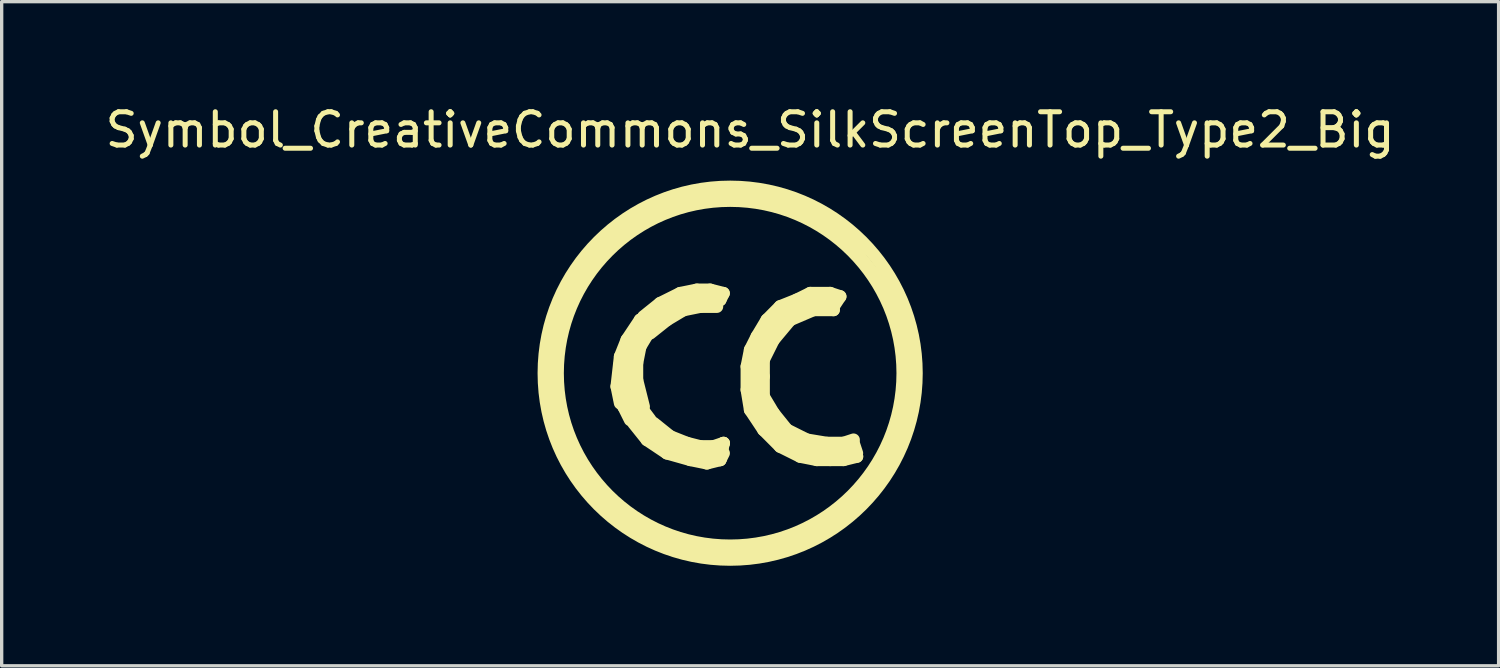
<source format=kicad_pcb>
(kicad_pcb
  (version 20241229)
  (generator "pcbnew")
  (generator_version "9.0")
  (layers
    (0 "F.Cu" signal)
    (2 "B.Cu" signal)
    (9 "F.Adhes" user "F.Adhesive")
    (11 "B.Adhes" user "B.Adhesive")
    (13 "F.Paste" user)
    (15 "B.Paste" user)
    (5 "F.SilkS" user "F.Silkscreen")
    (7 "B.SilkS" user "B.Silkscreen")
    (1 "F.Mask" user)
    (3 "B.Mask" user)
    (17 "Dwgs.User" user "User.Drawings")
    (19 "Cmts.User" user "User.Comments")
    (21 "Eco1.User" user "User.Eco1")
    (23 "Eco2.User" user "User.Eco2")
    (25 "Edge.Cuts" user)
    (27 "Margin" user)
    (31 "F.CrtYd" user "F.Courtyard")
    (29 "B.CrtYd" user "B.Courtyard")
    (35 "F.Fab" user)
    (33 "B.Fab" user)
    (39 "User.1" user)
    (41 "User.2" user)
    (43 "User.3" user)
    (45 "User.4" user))
  (footprint "Symbol_CreativeCommons_SilkScreenTop_Type2_Big"
    (layer "F.Cu")
    (at 18.859 8.148)
    (property "Reference" "Symbol_CreativeCommons_SilkScreenTop_Type2_Big" (at 0.599 -7.3 0) (layer "F.SilkS") (effects (font (size 1 1) (thickness 0.15))))
    (attr exclude_from_pos_files exclude_from_bom)
    (fp_line (start -5.4 0.099) (end -5.199 1.3) (stroke (width 0.381) (type solid)) (layer "F.SilkS"))
    (fp_line (start -5.301 -1.1) (end -5.4 0.099) (stroke (width 0.381) (type solid)) (layer "F.SilkS"))
    (fp_line (start -5.199 1.3) (end -4.801 2.4) (stroke (width 0.381) (type solid)) (layer "F.SilkS"))
    (fp_line (start -5.001 -2.101) (end -5.301 -1.1) (stroke (width 0.381) (type solid)) (layer "F.SilkS"))
    (fp_line (start -4.801 2.4) (end -3.8 3.899) (stroke (width 0.381) (type solid)) (layer "F.SilkS"))
    (fp_line (start -4.501 -3) (end -5.001 -2.101) (stroke (width 0.381) (type solid)) (layer "F.SilkS"))
    (fp_line (start -4 -3.599) (end -4.501 -3) (stroke (width 0.381) (type solid)) (layer "F.SilkS"))
    (fp_line (start -3.8 3.899) (end -2.601 4.801) (stroke (width 0.381) (type solid)) (layer "F.SilkS"))
    (fp_line (start -3.401 0.399) (end -3.299 0.899) (stroke (width 0.381) (type solid)) (layer "F.SilkS"))
    (fp_line (start -3.299 -4.201) (end -4 -3.599) (stroke (width 0.381) (type solid)) (layer "F.SilkS"))
    (fp_line (start -3.299 -0.5) (end -3.401 0.399) (stroke (width 0.381) (type solid)) (layer "F.SilkS"))
    (fp_line (start -3.299 -0.3) (end -3.299 0.401) (stroke (width 0.381) (type solid)) (layer "F.SilkS"))
    (fp_line (start -3.299 0.401) (end -3.2 1.001) (stroke (width 0.381) (type solid)) (layer "F.SilkS"))
    (fp_line (start -3.299 0.8) (end -3 1.4) (stroke (width 0.381) (type solid)) (layer "F.SilkS"))
    (fp_line (start -3.099 -1.001) (end -3.299 -0.5) (stroke (width 0.381) (type solid)) (layer "F.SilkS"))
    (fp_line (start -3.099 -0.899) (end -3.299 -0.3) (stroke (width 0.381) (type solid)) (layer "F.SilkS"))
    (fp_line (start -3.099 0) (end -3 -0.599) (stroke (width 0.381) (type solid)) (layer "F.SilkS"))
    (fp_line (start -3 -0.8) (end -2.7 -1.3) (stroke (width 0.381) (type solid)) (layer "F.SilkS"))
    (fp_line (start -3 0.701) (end -3.099 0) (stroke (width 0.381) (type solid)) (layer "F.SilkS"))
    (fp_line (start -2.997 1.199) (end -2.598 1.199) (stroke (width 0.381) (type solid)) (layer "F.SilkS"))
    (fp_line (start -2.898 1.499) (end -2.497 1.999) (stroke (width 0.381) (type solid)) (layer "F.SilkS"))
    (fp_line (start -2.799 -0.3) (end -2.799 0.201) (stroke (width 0.381) (type solid)) (layer "F.SilkS"))
    (fp_line (start -2.799 0.201) (end -2.598 1.001) (stroke (width 0.381) (type solid)) (layer "F.SilkS"))
    (fp_line (start -2.799 1.4) (end -3 0.701) (stroke (width 0.381) (type solid)) (layer "F.SilkS"))
    (fp_line (start -2.7 -4.699) (end -3.299 -4.201) (stroke (width 0.381) (type solid)) (layer "F.SilkS"))
    (fp_line (start -2.7 -1.6) (end -3.099 -1.001) (stroke (width 0.381) (type solid)) (layer "F.SilkS"))
    (fp_line (start -2.7 -1.1) (end -2.2 -1.6) (stroke (width 0.381) (type solid)) (layer "F.SilkS"))
    (fp_line (start -2.7 -0.8) (end -2.799 -0.3) (stroke (width 0.381) (type solid)) (layer "F.SilkS"))
    (fp_line (start -2.697 1.001) (end -2.398 1.4) (stroke (width 0.381) (type solid)) (layer "F.SilkS"))
    (fp_line (start -2.601 4.801) (end -1.3 5.301) (stroke (width 0.381) (type solid)) (layer "F.SilkS"))
    (fp_line (start -2.598 -1.6) (end -3.099 -0.899) (stroke (width 0.381) (type solid)) (layer "F.SilkS"))
    (fp_line (start -2.499 -1.699) (end -2.7 -1.6) (stroke (width 0.381) (type solid)) (layer "F.SilkS"))
    (fp_line (start -2.497 1.999) (end -1.897 2.4) (stroke (width 0.381) (type solid)) (layer "F.SilkS"))
    (fp_line (start -2.4 -1.3) (end -2.7 -0.8) (stroke (width 0.381) (type solid)) (layer "F.SilkS"))
    (fp_line (start -2.296 1.499) (end -1.796 1.9) (stroke (width 0.381) (type solid)) (layer "F.SilkS"))
    (fp_line (start -2.296 1.798) (end -2.797 1.298) (stroke (width 0.381) (type solid)) (layer "F.SilkS"))
    (fp_line (start -2.2 -1.699) (end -1.699 -1.999) (stroke (width 0.381) (type solid)) (layer "F.SilkS"))
    (fp_line (start -2.101 -2.098) (end -2.598 -1.699) (stroke (width 0.381) (type solid)) (layer "F.SilkS"))
    (fp_line (start -1.999 -4.9) (end -2.7 -4.699) (stroke (width 0.381) (type solid)) (layer "F.SilkS"))
    (fp_line (start -1.9 -1.598) (end -2.4 -1.199) (stroke (width 0.381) (type solid)) (layer "F.SilkS"))
    (fp_line (start -1.897 2.4) (end -1.196 2.598) (stroke (width 0.381) (type solid)) (layer "F.SilkS"))
    (fp_line (start -1.796 1.9) (end -1.298 2.098) (stroke (width 0.381) (type solid)) (layer "F.SilkS"))
    (fp_line (start -1.699 -1.999) (end -1.199 -2.2) (stroke (width 0.381) (type solid)) (layer "F.SilkS"))
    (fp_line (start -1.598 2.299) (end -2.296 1.798) (stroke (width 0.381) (type solid)) (layer "F.SilkS"))
    (fp_line (start -1.499 -2.398) (end -2.101 -2.098) (stroke (width 0.381) (type solid)) (layer "F.SilkS"))
    (fp_line (start -1.4 -1.897) (end -1.9 -1.598) (stroke (width 0.381) (type solid)) (layer "F.SilkS"))
    (fp_line (start -1.3 -5.1) (end -1.999 -4.9) (stroke (width 0.381) (type solid)) (layer "F.SilkS"))
    (fp_line (start -1.3 5.301) (end 0.099 5.301) (stroke (width 0.381) (type solid)) (layer "F.SilkS"))
    (fp_line (start -1.298 2.098) (end -0.897 2.2) (stroke (width 0.381) (type solid)) (layer "F.SilkS"))
    (fp_line (start -1.199 -2.2) (end -0.699 -2.2) (stroke (width 0.381) (type solid)) (layer "F.SilkS"))
    (fp_line (start -1.196 2.598) (end -0.696 2.7) (stroke (width 0.381) (type solid)) (layer "F.SilkS"))
    (fp_line (start -1.001 -2.499) (end -1.499 -2.398) (stroke (width 0.381) (type solid)) (layer "F.SilkS"))
    (fp_line (start -0.899 -1.999) (end -1.4 -1.897) (stroke (width 0.381) (type solid)) (layer "F.SilkS"))
    (fp_line (start -0.897 2.2) (end -0.498 2.2) (stroke (width 0.381) (type solid)) (layer "F.SilkS"))
    (fp_line (start -0.897 2.499) (end -1.598 2.299) (stroke (width 0.381) (type solid)) (layer "F.SilkS"))
    (fp_line (start -0.701 2.7) (end -0.3 2.601) (stroke (width 0.381) (type solid)) (layer "F.SilkS"))
    (fp_line (start -0.699 -2.2) (end -0.3 -2.2) (stroke (width 0.381) (type solid)) (layer "F.SilkS"))
    (fp_line (start -0.599 -2.499) (end -1.001 -2.499) (stroke (width 0.381) (type solid)) (layer "F.SilkS"))
    (fp_line (start -0.5 -5.4) (end -1.3 -5.1) (stroke (width 0.381) (type solid)) (layer "F.SilkS"))
    (fp_line (start -0.498 2.2) (end -0.198 2.098) (stroke (width 0.381) (type solid)) (layer "F.SilkS"))
    (fp_line (start -0.399 -1.999) (end -0.899 -1.999) (stroke (width 0.381) (type solid)) (layer "F.SilkS"))
    (fp_line (start -0.3 -2.2) (end -0.201 -2.398) (stroke (width 0.381) (type solid)) (layer "F.SilkS"))
    (fp_line (start -0.3 2.601) (end -0.201 2.101) (stroke (width 0.381) (type solid)) (layer "F.SilkS"))
    (fp_line (start -0.297 2.4) (end -0.897 2.499) (stroke (width 0.381) (type solid)) (layer "F.SilkS"))
    (fp_line (start -0.201 -2.398) (end -0.599 -2.499) (stroke (width 0.381) (type solid)) (layer "F.SilkS"))
    (fp_line (start -0.198 2.098) (end -0.297 2.4) (stroke (width 0.381) (type solid)) (layer "F.SilkS"))
    (fp_line (start -0.198 2.4) (end -0.297 2.598) (stroke (width 0.381) (type solid)) (layer "F.SilkS"))
    (fp_line (start 0 -5.4) (end -0.5 -5.4) (stroke (width 0.381) (type solid)) (layer "F.SilkS"))
    (fp_line (start 0.099 5.301) (end 1.6 5.199) (stroke (width 0.381) (type solid)) (layer "F.SilkS"))
    (fp_line (start 0.503 -0.201) (end 0.503 0.498) (stroke (width 0.381) (type solid)) (layer "F.SilkS"))
    (fp_line (start 0.503 0.498) (end 0.602 1.1) (stroke (width 0.381) (type solid)) (layer "F.SilkS"))
    (fp_line (start 0.602 -0.701) (end 0.503 -0.201) (stroke (width 0.381) (type solid)) (layer "F.SilkS"))
    (fp_line (start 0.602 1.1) (end 1.001 1.699) (stroke (width 0.381) (type solid)) (layer "F.SilkS"))
    (fp_line (start 0.701 -0.3) (end 1.001 -1.001) (stroke (width 0.381) (type solid)) (layer "F.SilkS"))
    (fp_line (start 0.803 -1.1) (end 0.602 -0.701) (stroke (width 0.381) (type solid)) (layer "F.SilkS"))
    (fp_line (start 0.803 0.699) (end 0.701 -0.3) (stroke (width 0.381) (type solid)) (layer "F.SilkS"))
    (fp_line (start 1.001 -1.001) (end 1.603 -1.702) (stroke (width 0.381) (type solid)) (layer "F.SilkS"))
    (fp_line (start 1.001 -0.401) (end 1.001 0.099) (stroke (width 0.381) (type solid)) (layer "F.SilkS"))
    (fp_line (start 1.001 0.099) (end 1.001 0.699) (stroke (width 0.381) (type solid)) (layer "F.SilkS"))
    (fp_line (start 1.001 0.699) (end 1.3 1.199) (stroke (width 0.381) (type solid)) (layer "F.SilkS"))
    (fp_line (start 1.001 1.699) (end 1.501 2.2) (stroke (width 0.381) (type solid)) (layer "F.SilkS"))
    (fp_line (start 1.102 -1.6) (end 0.803 -1.1) (stroke (width 0.381) (type solid)) (layer "F.SilkS"))
    (fp_line (start 1.201 1.6) (end 0.803 0.699) (stroke (width 0.381) (type solid)) (layer "F.SilkS"))
    (fp_line (start 1.3 -1.001) (end 1.001 -0.401) (stroke (width 0.381) (type solid)) (layer "F.SilkS"))
    (fp_line (start 1.3 1.199) (end 1.702 1.699) (stroke (width 0.381) (type solid)) (layer "F.SilkS"))
    (fp_line (start 1.4 -5.199) (end 0 -5.301) (stroke (width 0.381) (type solid)) (layer "F.SilkS"))
    (fp_line (start 1.501 -2.002) (end 1.102 -1.6) (stroke (width 0.381) (type solid)) (layer "F.SilkS"))
    (fp_line (start 1.501 2.2) (end 2.101 2.499) (stroke (width 0.381) (type solid)) (layer "F.SilkS"))
    (fp_line (start 1.6 5.199) (end 2.601 4.699) (stroke (width 0.381) (type solid)) (layer "F.SilkS"))
    (fp_line (start 1.603 -1.702) (end 2.301 -2.101) (stroke (width 0.381) (type solid)) (layer "F.SilkS"))
    (fp_line (start 1.702 1.699) (end 2.301 1.999) (stroke (width 0.381) (type solid)) (layer "F.SilkS"))
    (fp_line (start 1.801 -1.6) (end 1.3 -1.001) (stroke (width 0.381) (type solid)) (layer "F.SilkS"))
    (fp_line (start 1.801 2.098) (end 1.201 1.6) (stroke (width 0.381) (type solid)) (layer "F.SilkS"))
    (fp_line (start 2.002 -2.202) (end 1.501 -2.002) (stroke (width 0.381) (type solid)) (layer "F.SilkS"))
    (fp_line (start 2.101 2.499) (end 2.601 2.598) (stroke (width 0.381) (type solid)) (layer "F.SilkS"))
    (fp_line (start 2.301 -2.101) (end 3.002 -2.101) (stroke (width 0.381) (type solid)) (layer "F.SilkS"))
    (fp_line (start 2.301 1.999) (end 2.901 2.098) (stroke (width 0.381) (type solid)) (layer "F.SilkS"))
    (fp_line (start 2.4 -4.801) (end 1.4 -5.199) (stroke (width 0.381) (type solid)) (layer "F.SilkS"))
    (fp_line (start 2.403 -2.4) (end 2.002 -2.202) (stroke (width 0.381) (type solid)) (layer "F.SilkS"))
    (fp_line (start 2.502 -1.9) (end 1.801 -1.6) (stroke (width 0.381) (type solid)) (layer "F.SilkS"))
    (fp_line (start 2.601 2.598) (end 3.002 2.598) (stroke (width 0.381) (type solid)) (layer "F.SilkS"))
    (fp_line (start 2.601 4.699) (end 4.201 3.401) (stroke (width 0.381) (type solid)) (layer "F.SilkS"))
    (fp_line (start 2.802 2.4) (end 1.801 2.098) (stroke (width 0.381) (type solid)) (layer "F.SilkS"))
    (fp_line (start 2.901 2.098) (end 3.401 2.098) (stroke (width 0.381) (type solid)) (layer "F.SilkS"))
    (fp_line (start 3 -2.4) (end 3.299 -2.301) (stroke (width 0.381) (type solid)) (layer "F.SilkS"))
    (fp_line (start 3.002 -2.4) (end 2.403 -2.4) (stroke (width 0.381) (type solid)) (layer "F.SilkS"))
    (fp_line (start 3.002 -2.101) (end 3.101 -1.9) (stroke (width 0.381) (type solid)) (layer "F.SilkS"))
    (fp_line (start 3.002 2.598) (end 3.401 2.598) (stroke (width 0.381) (type solid)) (layer "F.SilkS"))
    (fp_line (start 3.101 -1.9) (end 2.502 -1.9) (stroke (width 0.381) (type solid)) (layer "F.SilkS"))
    (fp_line (start 3.299 -2.301) (end 3.099 -1.999) (stroke (width 0.381) (type solid)) (layer "F.SilkS"))
    (fp_line (start 3.401 -4.1) (end 2.4 -4.801) (stroke (width 0.381) (type solid)) (layer "F.SilkS"))
    (fp_line (start 3.401 2.098) (end 3.701 1.999) (stroke (width 0.381) (type solid)) (layer "F.SilkS"))
    (fp_line (start 3.401 2.598) (end 3.802 2.499) (stroke (width 0.381) (type solid)) (layer "F.SilkS"))
    (fp_line (start 3.701 2.101) (end 3.8 2.4) (stroke (width 0.381) (type solid)) (layer "F.SilkS"))
    (fp_line (start 3.701 2.299) (end 2.802 2.4) (stroke (width 0.381) (type solid)) (layer "F.SilkS"))
    (fp_line (start 3.802 2.499) (end 3.701 2.299) (stroke (width 0.381) (type solid)) (layer "F.SilkS"))
    (fp_line (start 4.201 3.401) (end 5.001 1.801) (stroke (width 0.381) (type solid)) (layer "F.SilkS"))
    (fp_line (start 4.699 -2.499) (end 3.401 -4.1) (stroke (width 0.381) (type solid)) (layer "F.SilkS"))
    (fp_line (start 5.001 1.801) (end 5.4 0.3) (stroke (width 0.381) (type solid)) (layer "F.SilkS"))
    (fp_line (start 5.199 -1.4) (end 4.699 -2.499) (stroke (width 0.381) (type solid)) (layer "F.SilkS"))
    (fp_line (start 5.4 0.3) (end 5.199 -1.4) (stroke (width 0.381) (type solid)) (layer "F.SilkS"))
    (fp_circle (center 0 0) (end 5.08 1.016) (stroke (width 0.381) (type solid)) (fill no) (layer "F.SilkS"))
    (fp_circle (center 0 0) (end 5.588 0) (stroke (width 0.381) (type solid)) (fill no) (layer "F.SilkS")))
  (gr_rect
    (start -3 -3)
    (end 41.917 16.927)
    (stroke (width 0.1) (type default))
    (fill no)
    (layer "Edge.Cuts")))
</source>
